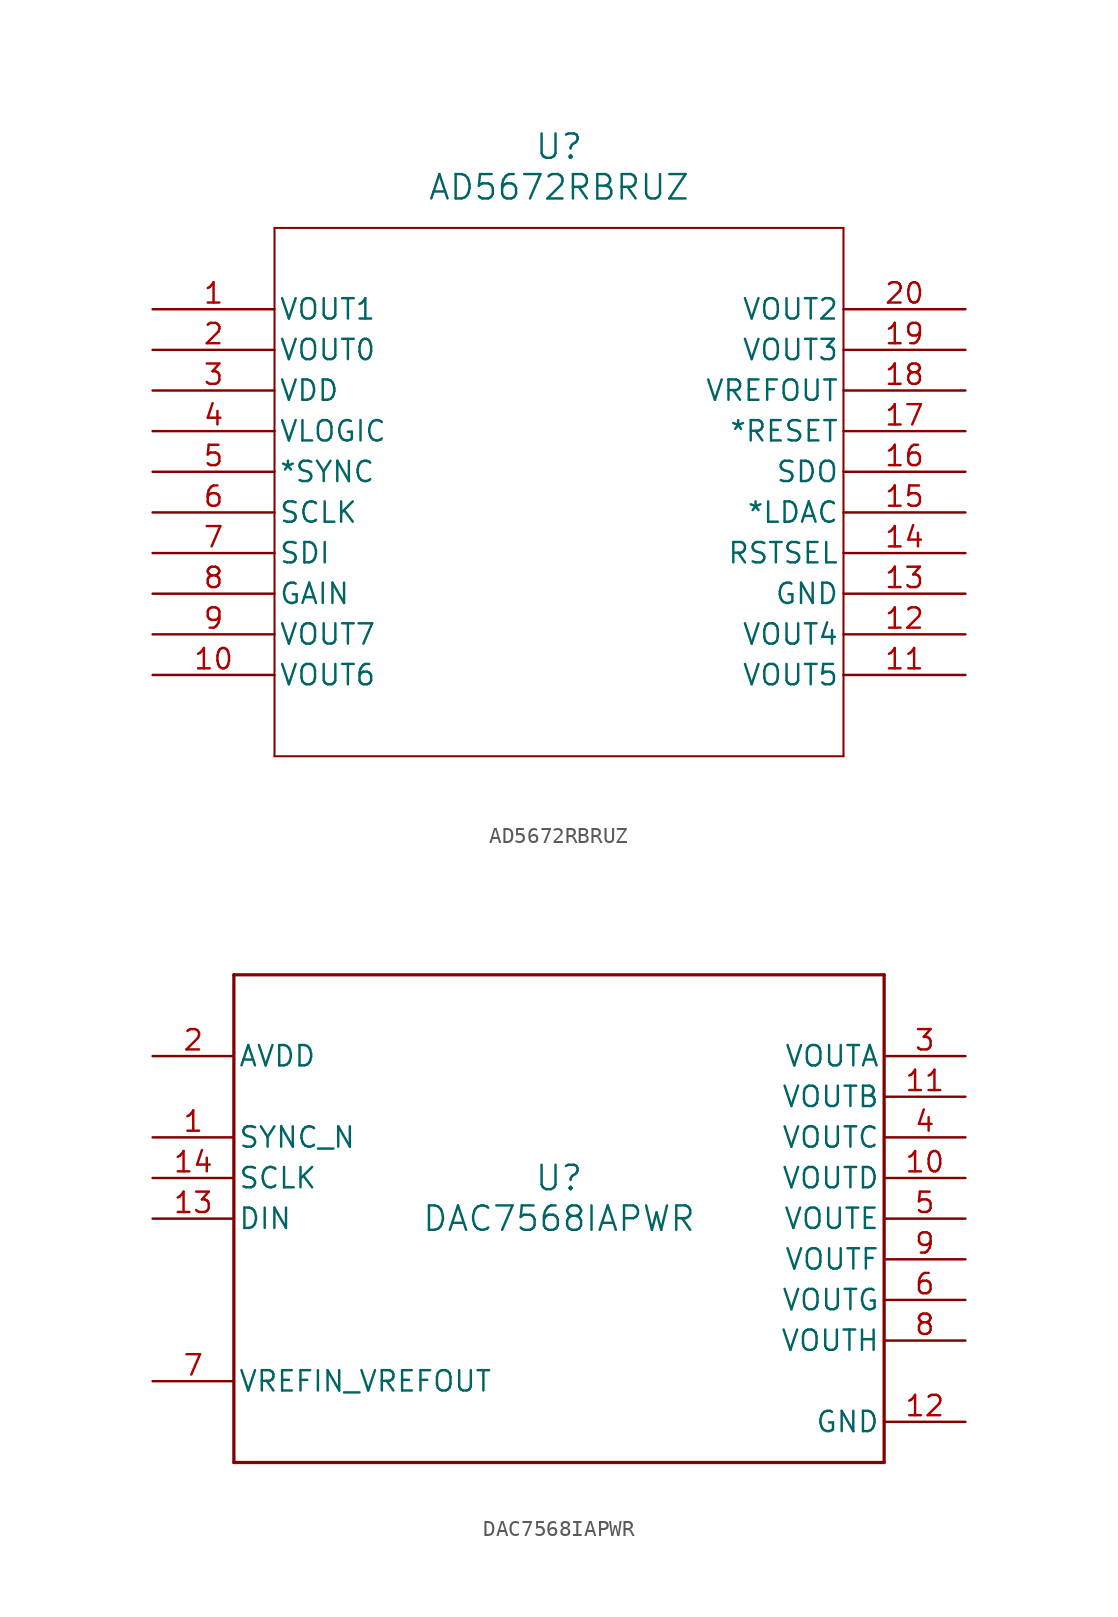
<source format=kicad_sym>
(kicad_symbol_lib
  (version 20231120)
  (generator "kicad_symbol_editor")
  (generator_version "8.0")
  (symbol "AD5672RBRUZ"
    (pin_names
      (offset 0.254))
    (property "Reference" "U"
      (at 25.4 10.16 0)
      (effects (font (size 1.524 1.524))))
    (property "Value" "AD5672RBRUZ"
      (at 25.4 7.62 0)
      (effects (font (size 1.524 1.524))))
    (property "ki_locked" ""
      (at 0 0 0)
      (effects (font (size 1.27 1.27))))
    (symbol "AD5672RBRUZ_0_1"
      (polyline (pts (xy 7.62 -27.94) (xy 43.18 -27.94)) (stroke (width 0.127) (type default)) (fill (type none)))
      (polyline (pts (xy 7.62 5.08) (xy 7.62 -27.94)) (stroke (width 0.127) (type default)) (fill (type none)))
      (polyline (pts (xy 43.18 -27.94) (xy 43.18 5.08)) (stroke (width 0.127) (type default)) (fill (type none)))
      (polyline (pts (xy 43.18 5.08) (xy 7.62 5.08)) (stroke (width 0.127) (type default)) (fill (type none)))
      (pin unspecified line (at 0 0 0) (length 7.62) (name "VOUT1" (effects (font (size 1.27 1.27)))) (number "1" (effects (font (size 1.27 1.27)))))
      (pin unspecified line (at 0 -22.86 0) (length 7.62) (name "VOUT6" (effects (font (size 1.27 1.27)))) (number "10" (effects (font (size 1.27 1.27)))))
      (pin unspecified line (at 50.8 -22.86 180) (length 7.62) (name "VOUT5" (effects (font (size 1.27 1.27)))) (number "11" (effects (font (size 1.27 1.27)))))
      (pin unspecified line (at 50.8 -20.32 180) (length 7.62) (name "VOUT4" (effects (font (size 1.27 1.27)))) (number "12" (effects (font (size 1.27 1.27)))))
      (pin unspecified line (at 50.8 -17.78 180) (length 7.62) (name "GND" (effects (font (size 1.27 1.27)))) (number "13" (effects (font (size 1.27 1.27)))))
      (pin unspecified line (at 50.8 -15.24 180) (length 7.62) (name "RSTSEL" (effects (font (size 1.27 1.27)))) (number "14" (effects (font (size 1.27 1.27)))))
      (pin unspecified line (at 50.8 -12.7 180) (length 7.62) (name "*LDAC" (effects (font (size 1.27 1.27)))) (number "15" (effects (font (size 1.27 1.27)))))
      (pin unspecified line (at 50.8 -10.16 180) (length 7.62) (name "SDO" (effects (font (size 1.27 1.27)))) (number "16" (effects (font (size 1.27 1.27)))))
      (pin unspecified line (at 50.8 -7.62 180) (length 7.62) (name "*RESET" (effects (font (size 1.27 1.27)))) (number "17" (effects (font (size 1.27 1.27)))))
      (pin unspecified line (at 50.8 -5.08 180) (length 7.62) (name "VREFOUT" (effects (font (size 1.27 1.27)))) (number "18" (effects (font (size 1.27 1.27)))))
      (pin unspecified line (at 50.8 -2.54 180) (length 7.62) (name "VOUT3" (effects (font (size 1.27 1.27)))) (number "19" (effects (font (size 1.27 1.27)))))
      (pin unspecified line (at 0 -2.54 0) (length 7.62) (name "VOUT0" (effects (font (size 1.27 1.27)))) (number "2" (effects (font (size 1.27 1.27)))))
      (pin unspecified line (at 50.8 0 180) (length 7.62) (name "VOUT2" (effects (font (size 1.27 1.27)))) (number "20" (effects (font (size 1.27 1.27)))))
      (pin unspecified line (at 0 -5.08 0) (length 7.62) (name "VDD" (effects (font (size 1.27 1.27)))) (number "3" (effects (font (size 1.27 1.27)))))
      (pin unspecified line (at 0 -7.62 0) (length 7.62) (name "VLOGIC" (effects (font (size 1.27 1.27)))) (number "4" (effects (font (size 1.27 1.27)))))
      (pin unspecified line (at 0 -10.16 0) (length 7.62) (name "*SYNC" (effects (font (size 1.27 1.27)))) (number "5" (effects (font (size 1.27 1.27)))))
      (pin unspecified line (at 0 -12.7 0) (length 7.62) (name "SCLK" (effects (font (size 1.27 1.27)))) (number "6" (effects (font (size 1.27 1.27)))))
      (pin unspecified line (at 0 -15.24 0) (length 7.62) (name "SDI" (effects (font (size 1.27 1.27)))) (number "7" (effects (font (size 1.27 1.27)))))
      (pin unspecified line (at 0 -17.78 0) (length 7.62) (name "GAIN" (effects (font (size 1.27 1.27)))) (number "8" (effects (font (size 1.27 1.27)))))
      (pin unspecified line (at 0 -20.32 0) (length 7.62) (name "VOUT7" (effects (font (size 1.27 1.27)))) (number "9" (effects (font (size 1.27 1.27)))))))
  (symbol "DAC7568IAPWR"
    (pin_names
      (offset 0.254))
    (property "Reference" "U"
      (at 0 2.54 0)
      (effects (font (size 1.524 1.524))))
    (property "Value" "DAC7568IAPWR"
      (at 0 0 0)
      (effects (font (size 1.524 1.524))))
    (property "ki_locked" ""
      (at 0 0 0)
      (effects (font (size 1.27 1.27))))
    (symbol "DAC7568IAPWR_0_1"
      (polyline (pts (xy -20.32 -15.24) (xy 20.32 -15.24)) (stroke (width 0.203) (type default)) (fill (type none)))
      (polyline (pts (xy -20.32 15.24) (xy -20.32 -15.24)) (stroke (width 0.203) (type default)) (fill (type none)))
      (polyline (pts (xy 20.32 -15.24) (xy 20.32 15.24)) (stroke (width 0.203) (type default)) (fill (type none)))
      (polyline (pts (xy 20.32 15.24) (xy -20.32 15.24)) (stroke (width 0.203) (type default)) (fill (type none)))
      (pin input line (at -25.4 5.08 0) (length 5.08) (name "SYNC_N" (effects (font (size 1.27 1.27)))) (number "1" (effects (font (size 1.27 1.27)))))
      (pin output line (at 25.4 2.54 180) (length 5.08) (name "VOUTD" (effects (font (size 1.27 1.27)))) (number "10" (effects (font (size 1.27 1.27)))))
      (pin output line (at 25.4 7.62 180) (length 5.08) (name "VOUTB" (effects (font (size 1.27 1.27)))) (number "11" (effects (font (size 1.27 1.27)))))
      (pin power_in line (at 25.4 -12.7 180) (length 5.08) (name "GND" (effects (font (size 1.27 1.27)))) (number "12" (effects (font (size 1.27 1.27)))))
      (pin input line (at -25.4 0 0) (length 5.08) (name "DIN" (effects (font (size 1.27 1.27)))) (number "13" (effects (font (size 1.27 1.27)))))
      (pin input line (at -25.4 2.54 0) (length 5.08) (name "SCLK" (effects (font (size 1.27 1.27)))) (number "14" (effects (font (size 1.27 1.27)))))
      (pin power_in line (at -25.4 10.16 0) (length 5.08) (name "AVDD" (effects (font (size 1.27 1.27)))) (number "2" (effects (font (size 1.27 1.27)))))
      (pin output line (at 25.4 10.16 180) (length 5.08) (name "VOUTA" (effects (font (size 1.27 1.27)))) (number "3" (effects (font (size 1.27 1.27)))))
      (pin output line (at 25.4 5.08 180) (length 5.08) (name "VOUTC" (effects (font (size 1.27 1.27)))) (number "4" (effects (font (size 1.27 1.27)))))
      (pin output line (at 25.4 0 180) (length 5.08) (name "VOUTE" (effects (font (size 1.27 1.27)))) (number "5" (effects (font (size 1.27 1.27)))))
      (pin output line (at 25.4 -5.08 180) (length 5.08) (name "VOUTG" (effects (font (size 1.27 1.27)))) (number "6" (effects (font (size 1.27 1.27)))))
      (pin bidirectional line (at -25.4 -10.16 0) (length 5.08) (name "VREFIN_VREFOUT" (effects (font (size 1.27 1.27)))) (number "7" (effects (font (size 1.27 1.27)))))
      (pin output line (at 25.4 -7.62 180) (length 5.08) (name "VOUTH" (effects (font (size 1.27 1.27)))) (number "8" (effects (font (size 1.27 1.27)))))
      (pin output line (at 25.4 -2.54 180) (length 5.08) (name "VOUTF" (effects (font (size 1.27 1.27)))) (number "9" (effects (font (size 1.27 1.27))))))))
</source>
